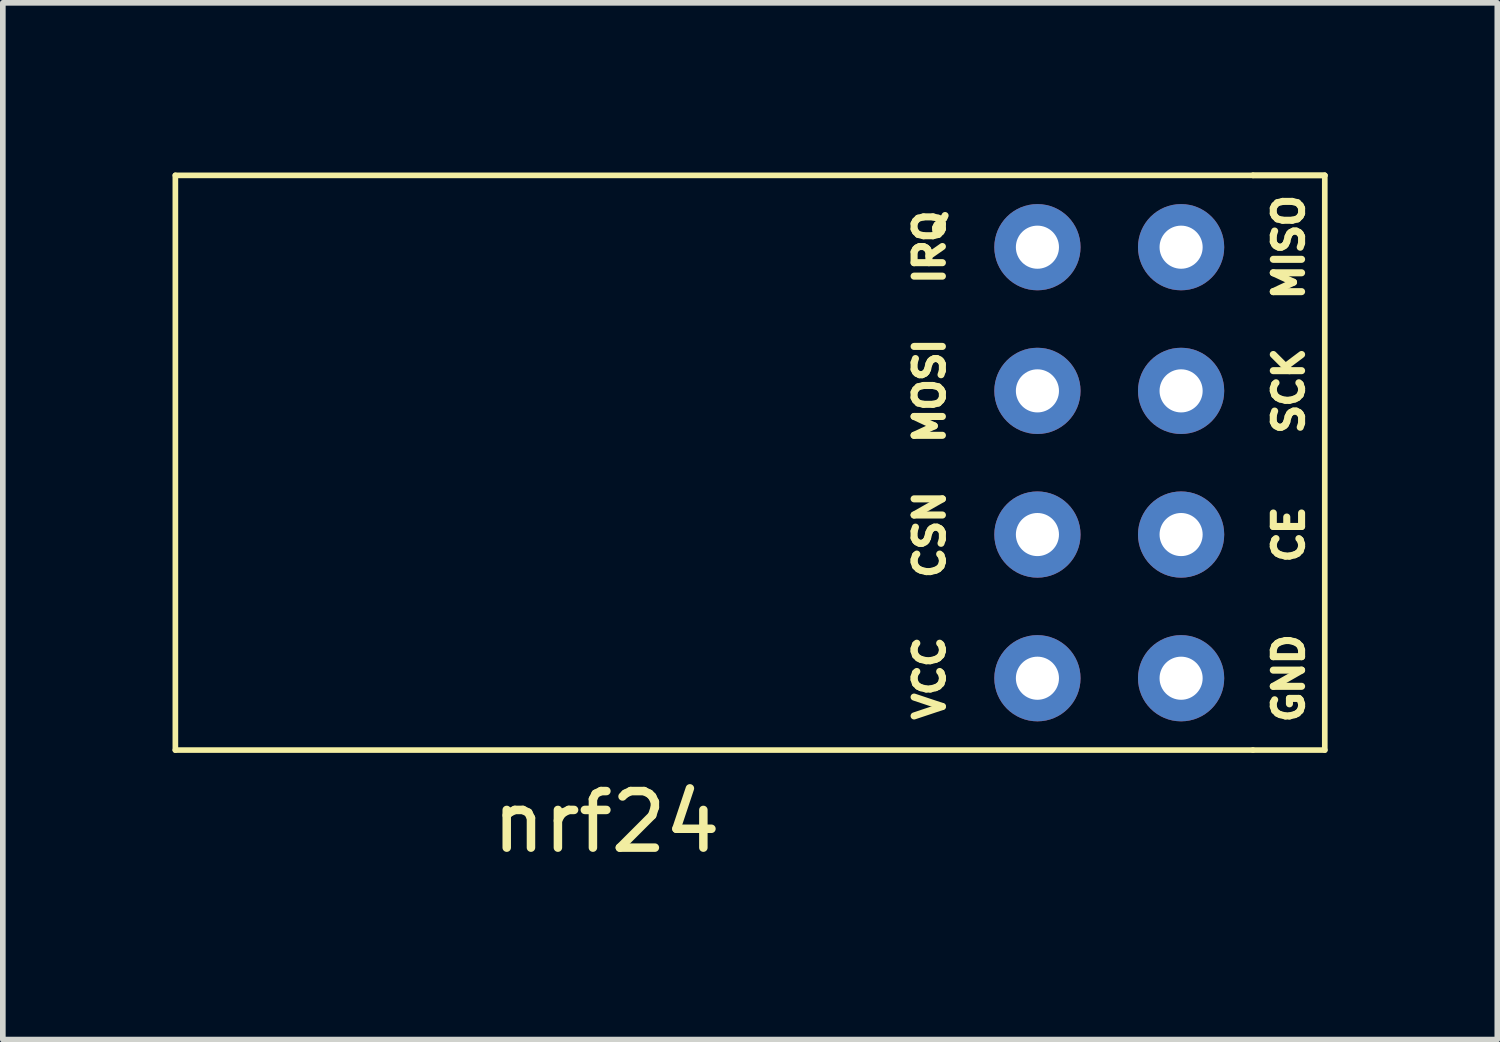
<source format=kicad_pcb>
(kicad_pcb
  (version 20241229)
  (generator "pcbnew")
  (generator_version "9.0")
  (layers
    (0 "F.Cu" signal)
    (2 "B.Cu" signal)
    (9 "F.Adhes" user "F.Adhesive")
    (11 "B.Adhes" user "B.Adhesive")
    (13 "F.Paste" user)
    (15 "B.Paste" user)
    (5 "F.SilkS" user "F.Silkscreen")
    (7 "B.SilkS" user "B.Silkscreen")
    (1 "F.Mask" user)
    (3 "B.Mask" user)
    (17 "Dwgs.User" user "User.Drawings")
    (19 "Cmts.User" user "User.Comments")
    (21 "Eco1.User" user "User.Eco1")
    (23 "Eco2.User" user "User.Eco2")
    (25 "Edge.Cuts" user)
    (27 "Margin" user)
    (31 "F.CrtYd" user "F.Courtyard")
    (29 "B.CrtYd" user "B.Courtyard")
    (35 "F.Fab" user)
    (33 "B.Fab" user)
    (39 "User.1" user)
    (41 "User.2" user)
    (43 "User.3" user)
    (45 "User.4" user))
  (footprint "nrf24"
    (layer "F.Cu")
    (at 7.67 6.4)
    (property "Reference" "nrf24" (at 0 5.08 0) (layer "F.SilkS") (effects (font (size 1 1) (thickness 0.15))))
    (attr through_hole)
    (fp_line (start -7.62 -6.35) (end -7.62 3.81) (stroke (width 0.1) (type solid)) (layer "F.SilkS"))
    (fp_line (start -7.62 3.81) (end 11.43 3.81) (stroke (width 0.1) (type solid)) (layer "F.SilkS"))
    (fp_line (start 11.43 -6.35) (end -7.62 -6.35) (stroke (width 0.1) (type solid)) (layer "F.SilkS"))
    (fp_line (start 11.43 -6.35) (end 12.7 -6.35) (stroke (width 0.1) (type solid)) (layer "F.SilkS"))
    (fp_line (start 11.43 3.81) (end 12.7 3.81) (stroke (width 0.1) (type solid)) (layer "F.SilkS"))
    (fp_line (start 12.7 -6.35) (end 11.43 -6.35) (stroke (width 0.1) (type solid)) (layer "F.SilkS"))
    (fp_line (start 12.7 3.81) (end 12.7 -6.35) (stroke (width 0.1) (type solid)) (layer "F.SilkS"))
    (fp_text user "GND" (at 12.065 2.54 90) (layer "F.SilkS") (effects (font (size 0.5 0.5) (thickness 0.125))))
    (fp_text user "MISO" (at 12.065 -5.08 90) (layer "F.SilkS") (effects (font (size 0.5 0.5) (thickness 0.125))))
    (fp_text user "IRQ" (at 5.715 -5.08 90) (layer "F.SilkS") (effects (font (size 0.5 0.5) (thickness 0.125))))
    (fp_text user "CSN" (at 5.715 0 90) (layer "F.SilkS") (effects (font (size 0.5 0.5) (thickness 0.125))))
    (fp_text user "MOSI" (at 5.715 -2.54 90) (layer "F.SilkS") (effects (font (size 0.5 0.5) (thickness 0.125))))
    (fp_text user "CE" (at 12.065 0 90) (layer "F.SilkS") (effects (font (size 0.5 0.5) (thickness 0.125))))
    (fp_text user "SCK" (at 12.065 -2.54 90) (layer "F.SilkS") (effects (font (size 0.5 0.5) (thickness 0.125))))
    (fp_text user "VCC" (at 5.715 2.54 90) (layer "F.SilkS") (effects (font (size 0.5 0.5) (thickness 0.125))))
    (pad "0" thru_hole circle (at 10.16 2.54) (size 1.524 1.524) (drill 0.762) (layers "*.Cu" "*.Mask"))
    (pad "1" thru_hole circle (at 10.16 0) (size 1.524 1.524) (drill 0.762) (layers "*.Cu" "*.Mask"))
    (pad "2" thru_hole circle (at 10.16 -2.54) (size 1.524 1.524) (drill 0.762) (layers "*.Cu" "*.Mask"))
    (pad "3" thru_hole circle (at 10.16 -5.08) (size 1.524 1.524) (drill 0.762) (layers "*.Cu" "*.Mask"))
    (pad "4" thru_hole circle (at 7.62 -5.08) (size 1.524 1.524) (drill 0.762) (layers "*.Cu" "*.Mask"))
    (pad "5" thru_hole circle (at 7.62 -2.54) (size 1.524 1.524) (drill 0.762) (layers "*.Cu" "*.Mask"))
    (pad "6" thru_hole circle (at 7.62 0) (size 1.524 1.524) (drill 0.762) (layers "*.Cu" "*.Mask"))
    (pad "7" thru_hole circle (at 7.62 2.54) (size 1.524 1.524) (drill 0.762) (layers "*.Cu" "*.Mask")))
  (gr_rect
    (start -3 -3)
    (end 23.42 15.328)
    (stroke (width 0.1) (type default))
    (fill no)
    (layer "Edge.Cuts")))
</source>
